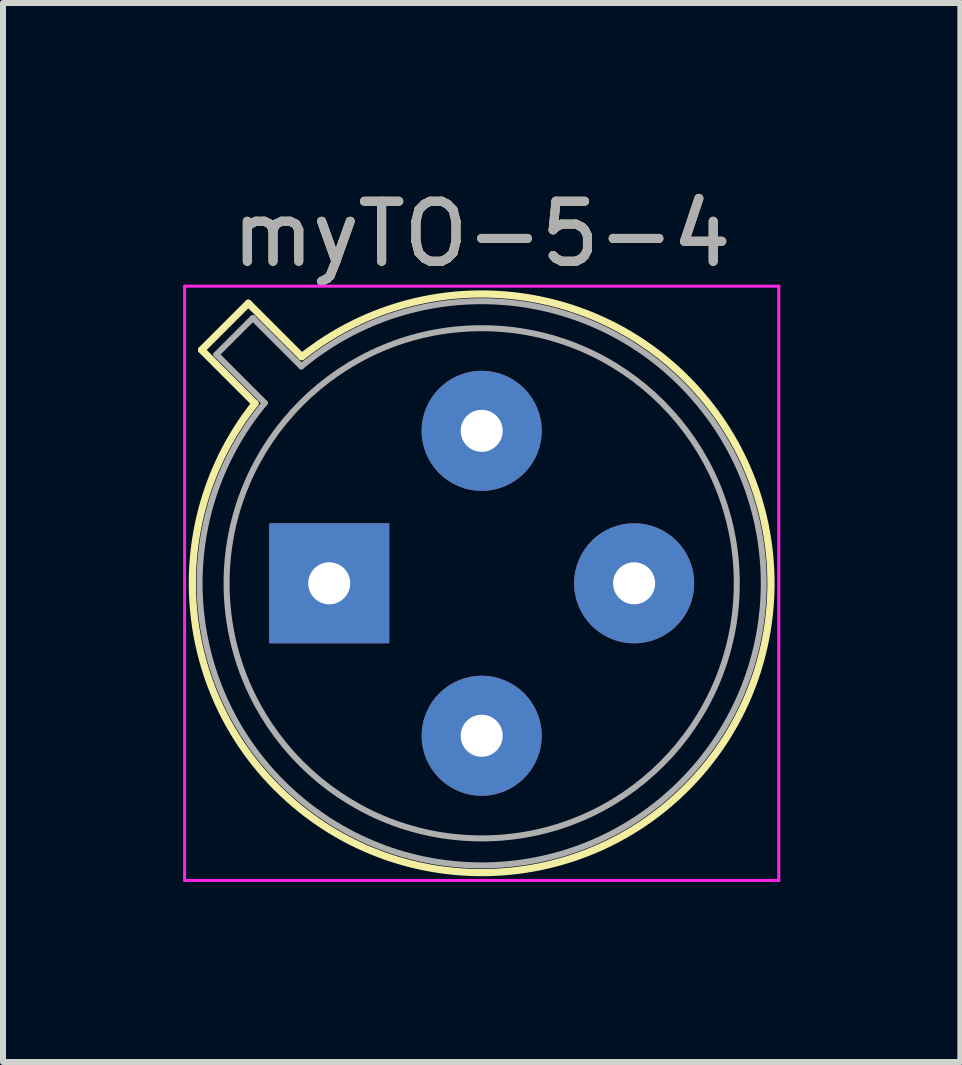
<source format=kicad_pcb>
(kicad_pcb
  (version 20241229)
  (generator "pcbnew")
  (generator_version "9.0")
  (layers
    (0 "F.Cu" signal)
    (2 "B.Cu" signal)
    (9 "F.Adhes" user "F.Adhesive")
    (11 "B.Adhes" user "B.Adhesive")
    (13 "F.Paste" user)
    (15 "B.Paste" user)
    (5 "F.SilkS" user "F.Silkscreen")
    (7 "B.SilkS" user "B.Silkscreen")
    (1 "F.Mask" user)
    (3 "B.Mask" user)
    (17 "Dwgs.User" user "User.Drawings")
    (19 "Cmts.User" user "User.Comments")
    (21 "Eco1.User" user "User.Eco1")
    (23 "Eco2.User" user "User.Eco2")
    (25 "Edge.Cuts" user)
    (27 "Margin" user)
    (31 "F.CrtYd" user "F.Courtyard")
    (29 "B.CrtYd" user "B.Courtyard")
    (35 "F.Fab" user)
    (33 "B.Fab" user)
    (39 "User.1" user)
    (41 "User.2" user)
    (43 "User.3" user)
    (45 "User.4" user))
  (footprint "myTO-5-4"
    (layer "F.Cu")
    (at 2.435 6.668)
    (property "Reference" "myTO-5-4" (at 2.54 -5.82 0) (layer "F.SilkS") (effects (font (size 1 1) (thickness 0.15))))
    (attr through_hole)
    (fp_line (start -2.126 -3.888) (end -1.235 -2.997) (stroke (width 0.12) (type solid)) (layer "F.SilkS"))
    (fp_line (start -1.348 -4.666) (end -2.126 -3.888) (stroke (width 0.12) (type solid)) (layer "F.SilkS"))
    (fp_line (start -0.457 -3.775) (end -1.348 -4.666) (stroke (width 0.12) (type solid)) (layer "F.SilkS"))
    (fp_arc (start -0.457084 -3.774902) (mid 5.948125 3.408384) (end -1.234674 -2.997371) (stroke (width 0.12) (type solid)) (layer "F.SilkS"))
    (fp_line (start -2.41 -4.95) (end -2.41 4.95) (stroke (width 0.05) (type solid)) (layer "F.CrtYd"))
    (fp_line (start -2.41 4.95) (end 7.49 4.95) (stroke (width 0.05) (type solid)) (layer "F.CrtYd"))
    (fp_line (start 7.49 -4.95) (end -2.41 -4.95) (stroke (width 0.05) (type solid)) (layer "F.CrtYd"))
    (fp_line (start 7.49 4.95) (end 7.49 -4.95) (stroke (width 0.05) (type solid)) (layer "F.CrtYd"))
    (fp_line (start -1.88 -3.812) (end -1.074 -3.005) (stroke (width 0.1) (type solid)) (layer "F.Fab"))
    (fp_line (start -1.272 -4.42) (end -1.88 -3.812) (stroke (width 0.1) (type solid)) (layer "F.Fab"))
    (fp_line (start -0.465 -3.614) (end -1.272 -4.42) (stroke (width 0.1) (type solid)) (layer "F.Fab"))
    (fp_arc (start -0.465408 -3.61352) (mid 5.863443 3.323361) (end -1.073594 -3.005319) (stroke (width 0.1) (type solid)) (layer "F.Fab"))
    (fp_circle (center 2.54 0) (end 6.79 0) (stroke (width 0.1) (type solid)) (fill no) (layer "F.Fab"))
    (fp_text user "${REFERENCE}" (at 2.54 -5.82 0) (layer "F.Fab") (effects (font (size 1 1) (thickness 0.15))))
    (pad "1" thru_hole rect (at 0 0) (size 2 2) (drill 0.7) (layers "*.Cu" "*.Mask"))
    (pad "2" thru_hole circle (at 2.54 2.54) (size 2 2) (drill 0.7) (layers "*.Cu" "*.Mask"))
    (pad "3" thru_hole circle (at 5.08 0) (size 2 2) (drill 0.7) (layers "*.Cu" "*.Mask"))
    (pad "4" thru_hole circle (at 2.54 -2.54) (size 2 2) (drill 0.7) (layers "*.Cu" "*.Mask")))
  (gr_rect
    (start -3 -3)
    (end 12.95 14.643)
    (stroke (width 0.1) (type default))
    (fill no)
    (layer "Edge.Cuts")))
</source>
